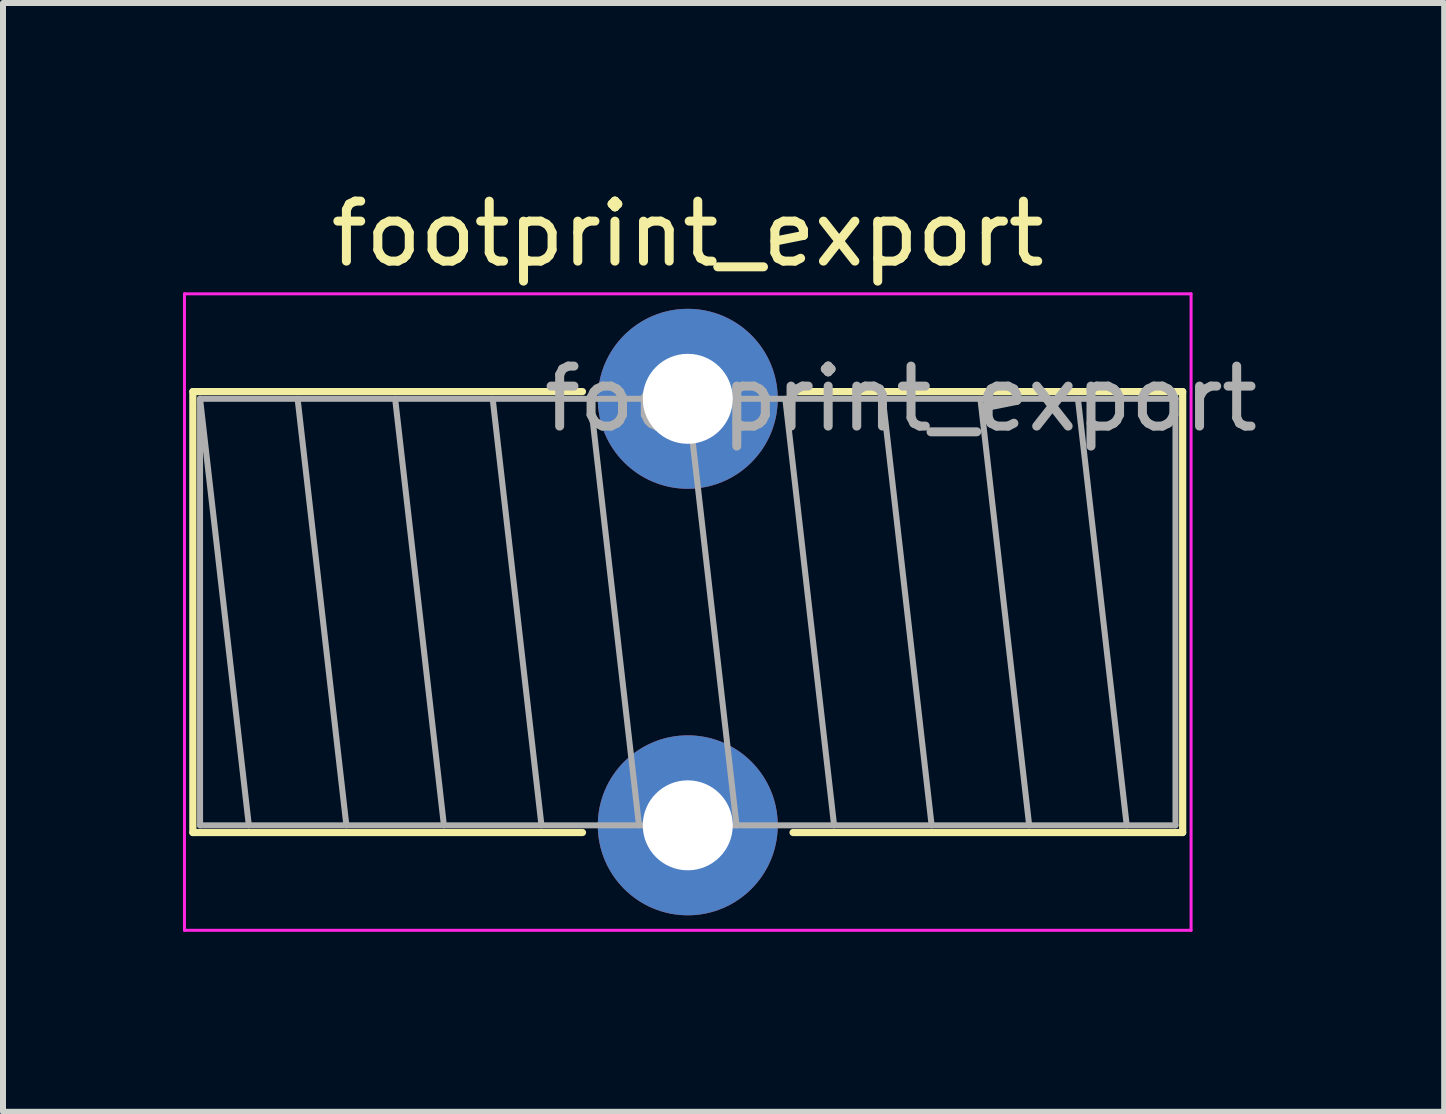
<source format=kicad_pcb>
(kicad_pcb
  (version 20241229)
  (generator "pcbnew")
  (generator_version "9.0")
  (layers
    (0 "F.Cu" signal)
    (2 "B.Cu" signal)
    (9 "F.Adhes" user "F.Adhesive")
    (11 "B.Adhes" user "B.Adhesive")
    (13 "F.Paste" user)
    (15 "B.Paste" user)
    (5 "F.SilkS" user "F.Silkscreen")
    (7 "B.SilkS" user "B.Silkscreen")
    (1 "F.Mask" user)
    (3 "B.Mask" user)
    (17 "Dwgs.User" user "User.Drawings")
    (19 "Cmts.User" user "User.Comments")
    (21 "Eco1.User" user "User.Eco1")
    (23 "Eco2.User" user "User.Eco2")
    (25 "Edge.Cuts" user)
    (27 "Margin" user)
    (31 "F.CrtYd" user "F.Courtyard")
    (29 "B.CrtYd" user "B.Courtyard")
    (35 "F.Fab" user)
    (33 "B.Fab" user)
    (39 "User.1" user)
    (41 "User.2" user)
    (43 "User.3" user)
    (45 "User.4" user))
  (footprint "footprint_export"
    (layer "F.Cu")
    (at 8.415 3.598)
    (property "Reference" "footprint_export" (at 0 -2.75 0) (layer "F.SilkS") (effects (font (size 1 1) (thickness 0.15))))
    (attr through_hole)
    (fp_line (start -8.25 -0.12) (end -8.25 7.23) (stroke (width 0.12) (type solid)) (layer "F.SilkS"))
    (fp_line (start -8.25 -0.12) (end -1.755 -0.12) (stroke (width 0.12) (type solid)) (layer "F.SilkS"))
    (fp_line (start -8.25 7.23) (end -1.755 7.23) (stroke (width 0.12) (type solid)) (layer "F.SilkS"))
    (fp_line (start 1.755 -0.12) (end 8.25 -0.12) (stroke (width 0.12) (type solid)) (layer "F.SilkS"))
    (fp_line (start 1.755 7.23) (end 8.25 7.23) (stroke (width 0.12) (type solid)) (layer "F.SilkS"))
    (fp_line (start 8.25 -0.12) (end 8.25 7.23) (stroke (width 0.12) (type solid)) (layer "F.SilkS"))
    (fp_line (start -8.39 -1.75) (end -8.39 8.86) (stroke (width 0.05) (type solid)) (layer "F.CrtYd"))
    (fp_line (start -8.39 8.86) (end 8.39 8.86) (stroke (width 0.05) (type solid)) (layer "F.CrtYd"))
    (fp_line (start 8.39 -1.75) (end -8.39 -1.75) (stroke (width 0.05) (type solid)) (layer "F.CrtYd"))
    (fp_line (start 8.39 8.86) (end 8.39 -1.75) (stroke (width 0.05) (type solid)) (layer "F.CrtYd"))
    (fp_line (start -8.13 0) (end -8.13 7.11) (stroke (width 0.1) (type solid)) (layer "F.Fab"))
    (fp_line (start -8.13 0) (end -7.317 7.11) (stroke (width 0.1) (type solid)) (layer "F.Fab"))
    (fp_line (start -8.13 7.11) (end 8.13 7.11) (stroke (width 0.1) (type solid)) (layer "F.Fab"))
    (fp_line (start -6.504 0) (end -5.691 7.11) (stroke (width 0.1) (type solid)) (layer "F.Fab"))
    (fp_line (start -4.878 0) (end -4.065 7.11) (stroke (width 0.1) (type solid)) (layer "F.Fab"))
    (fp_line (start -3.252 0) (end -2.439 7.11) (stroke (width 0.1) (type solid)) (layer "F.Fab"))
    (fp_line (start -1.626 0) (end -0.813 7.11) (stroke (width 0.1) (type solid)) (layer "F.Fab"))
    (fp_line (start 0 0) (end 0.813 7.11) (stroke (width 0.1) (type solid)) (layer "F.Fab"))
    (fp_line (start 1.626 0) (end 2.439 7.11) (stroke (width 0.1) (type solid)) (layer "F.Fab"))
    (fp_line (start 3.252 0) (end 4.065 7.11) (stroke (width 0.1) (type solid)) (layer "F.Fab"))
    (fp_line (start 4.878 0) (end 5.691 7.11) (stroke (width 0.1) (type solid)) (layer "F.Fab"))
    (fp_line (start 6.504 0) (end 7.317 7.11) (stroke (width 0.1) (type solid)) (layer "F.Fab"))
    (fp_line (start 8.13 0) (end -8.13 0) (stroke (width 0.1) (type solid)) (layer "F.Fab"))
    (fp_line (start 8.13 7.11) (end 8.13 0) (stroke (width 0.1) (type solid)) (layer "F.Fab"))
    (fp_text user "${REFERENCE}" (at 3.555 0 0) (layer "F.Fab") (effects (font (size 1 1) (thickness 0.15))))
    (pad "1" thru_hole circle (at 0 0) (size 3 3) (drill 1.5) (layers "*.Cu" "*.Mask"))
    (pad "2" thru_hole circle (at 0 7.11) (size 3 3) (drill 1.5) (layers "*.Cu" "*.Mask")))
  (gr_rect
    (start -3 -3)
    (end 21.024 15.483)
    (stroke (width 0.1) (type default))
    (fill no)
    (layer "Edge.Cuts")))
</source>
